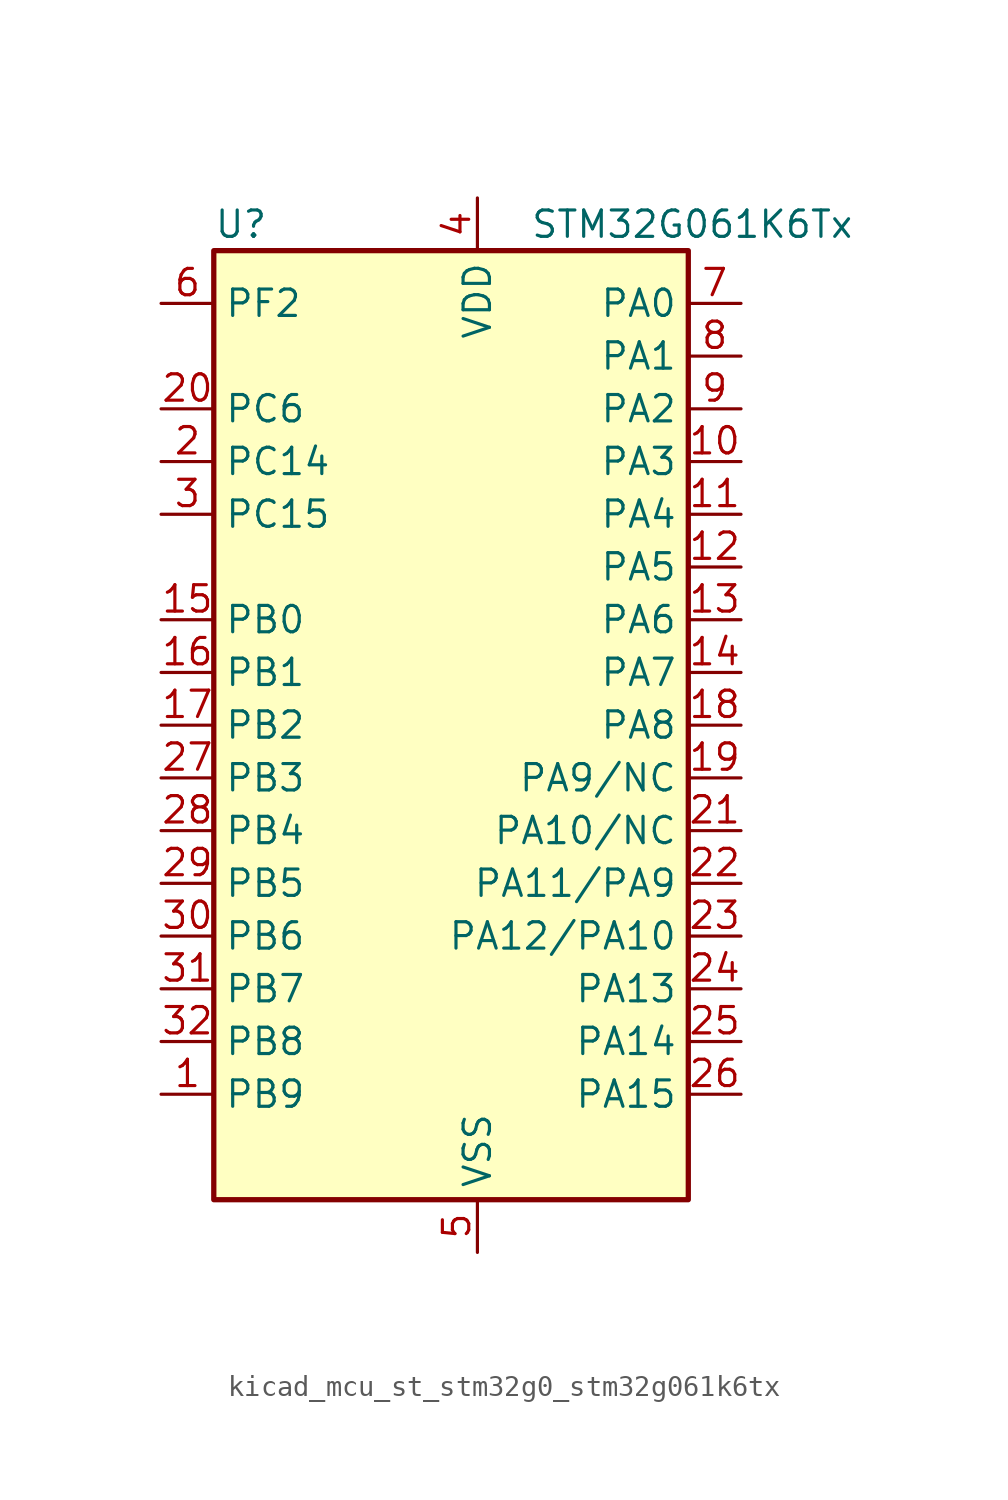
<source format=kicad_sym>
(kicad_symbol_lib
  (version 20220914)
  (generator kicad_symbol_editor)
  (symbol "kicad_mcu_st_stm32g0_stm32g061k6tx"
    (property "Reference" "U"
      (at -10.16 24.13 0)
      (effects (font (size 1.27 1.27)) (justify left)))
    (property "Value" "STM32G061K6Tx"
      (at 5.08 24.13 0)
      (effects (font (size 1.27 1.27)) (justify left)))
    (property "ki_locked" ""
      (at 0 0 0)
      (effects (font (size 1.27 1.27))))
    (symbol "kicad_mcu_st_stm32g0_stm32g061k6tx_0_1"
      (rectangle (start -10.16 -22.86) (end 12.7 22.86) (stroke (width 0.254) (type default)) (fill (type background))))
    (symbol "kicad_mcu_st_stm32g0_stm32g061k6tx_1_1"
      (pin bidirectional line (at -12.7 -17.78 0) (length 2.54) (name "PB9" (effects (font (size 1.27 1.27)))) (number "1" (effects (font (size 1.27 1.27)))) (alternate "DAC1_EXTI9" bidirectional line) (alternate "I2C1_SDA" bidirectional line) (alternate "IR_OUT" bidirectional line) (alternate "SPI2_NSS" bidirectional line) (alternate "TIM17_CH1" bidirectional line))
      (pin bidirectional line (at 15.24 12.7 180) (length 2.54) (name "PA3" (effects (font (size 1.27 1.27)))) (number "10" (effects (font (size 1.27 1.27)))) (alternate "ADC1_IN3" bidirectional line) (alternate "COMP2_INP" bidirectional line) (alternate "LPUART1_RX" bidirectional line) (alternate "SPI2_MISO" bidirectional line) (alternate "TIM15_CH2" bidirectional line) (alternate "TIM2_CH4" bidirectional line) (alternate "USART2_RX" bidirectional line))
      (pin bidirectional line (at 15.24 10.16 180) (length 2.54) (name "PA4" (effects (font (size 1.27 1.27)))) (number "11" (effects (font (size 1.27 1.27)))) (alternate "ADC1_IN4" bidirectional line) (alternate "DAC1_OUT1" bidirectional line) (alternate "I2S1_WS" bidirectional line) (alternate "LPTIM2_OUT" bidirectional line) (alternate "RTC_OUT1" bidirectional line) (alternate "RTC_TAMP_IN1" bidirectional line) (alternate "RTC_TS" bidirectional line) (alternate "SPI1_NSS" bidirectional line) (alternate "SPI2_MOSI" bidirectional line) (alternate "SYS_WKUP2" bidirectional line) (alternate "TIM14_CH1" bidirectional line))
      (pin bidirectional line (at 15.24 7.62 180) (length 2.54) (name "PA5" (effects (font (size 1.27 1.27)))) (number "12" (effects (font (size 1.27 1.27)))) (alternate "ADC1_IN5" bidirectional line) (alternate "DAC1_OUT2" bidirectional line) (alternate "I2S1_CK" bidirectional line) (alternate "LPTIM2_ETR" bidirectional line) (alternate "SPI1_SCK" bidirectional line) (alternate "TIM2_CH1" bidirectional line) (alternate "TIM2_ETR" bidirectional line))
      (pin bidirectional line (at 15.24 5.08 180) (length 2.54) (name "PA6" (effects (font (size 1.27 1.27)))) (number "13" (effects (font (size 1.27 1.27)))) (alternate "ADC1_IN6" bidirectional line) (alternate "COMP1_OUT" bidirectional line) (alternate "I2S1_MCK" bidirectional line) (alternate "LPUART1_CTS" bidirectional line) (alternate "SPI1_MISO" bidirectional line) (alternate "TIM16_CH1" bidirectional line) (alternate "TIM1_BK" bidirectional line) (alternate "TIM3_CH1" bidirectional line))
      (pin bidirectional line (at 15.24 2.54 180) (length 2.54) (name "PA7" (effects (font (size 1.27 1.27)))) (number "14" (effects (font (size 1.27 1.27)))) (alternate "ADC1_IN7" bidirectional line) (alternate "COMP2_OUT" bidirectional line) (alternate "I2S1_SD" bidirectional line) (alternate "SPI1_MOSI" bidirectional line) (alternate "TIM14_CH1" bidirectional line) (alternate "TIM17_CH1" bidirectional line) (alternate "TIM1_CH1N" bidirectional line) (alternate "TIM3_CH2" bidirectional line))
      (pin bidirectional line (at -12.7 5.08 0) (length 2.54) (name "PB0" (effects (font (size 1.27 1.27)))) (number "15" (effects (font (size 1.27 1.27)))) (alternate "ADC1_IN8" bidirectional line) (alternate "COMP1_OUT" bidirectional line) (alternate "I2S1_WS" bidirectional line) (alternate "LPTIM1_OUT" bidirectional line) (alternate "SPI1_NSS" bidirectional line) (alternate "TIM1_CH2N" bidirectional line) (alternate "TIM3_CH3" bidirectional line))
      (pin bidirectional line (at -12.7 2.54 0) (length 2.54) (name "PB1" (effects (font (size 1.27 1.27)))) (number "16" (effects (font (size 1.27 1.27)))) (alternate "ADC1_IN9" bidirectional line) (alternate "COMP1_INM" bidirectional line) (alternate "LPTIM2_IN1" bidirectional line) (alternate "LPUART1_DE" bidirectional line) (alternate "LPUART1_RTS" bidirectional line) (alternate "TIM14_CH1" bidirectional line) (alternate "TIM1_CH3N" bidirectional line) (alternate "TIM3_CH4" bidirectional line))
      (pin bidirectional line (at -12.7 0 0) (length 2.54) (name "PB2" (effects (font (size 1.27 1.27)))) (number "17" (effects (font (size 1.27 1.27)))) (alternate "ADC1_IN10" bidirectional line) (alternate "COMP1_INP" bidirectional line) (alternate "LPTIM1_OUT" bidirectional line) (alternate "SPI2_MISO" bidirectional line))
      (pin bidirectional line (at 15.24 0 180) (length 2.54) (name "PA8" (effects (font (size 1.27 1.27)))) (number "18" (effects (font (size 1.27 1.27)))) (alternate "LPTIM2_OUT" bidirectional line) (alternate "RCC_MCO" bidirectional line) (alternate "SPI2_NSS" bidirectional line) (alternate "TIM1_CH1" bidirectional line))
      (pin bidirectional line (at 15.24 -2.54 180) (length 2.54) (name "PA9/NC" (effects (font (size 1.27 1.27)))) (number "19" (effects (font (size 1.27 1.27)))) (alternate "DAC1_EXTI9" bidirectional line) (alternate "I2C1_SCL" bidirectional line) (alternate "RCC_MCO" bidirectional line) (alternate "SPI2_MISO" bidirectional line) (alternate "TIM15_BK" bidirectional line) (alternate "TIM1_CH2" bidirectional line) (alternate "USART1_TX" bidirectional line))
      (pin bidirectional line (at -12.7 12.7 0) (length 2.54) (name "PC14" (effects (font (size 1.27 1.27)))) (number "2" (effects (font (size 1.27 1.27)))) (alternate "RCC_OSC32_IN" bidirectional line) (alternate "RCC_OSC_IN" bidirectional line) (alternate "TIM1_BK2" bidirectional line))
      (pin bidirectional line (at -12.7 15.24 0) (length 2.54) (name "PC6" (effects (font (size 1.27 1.27)))) (number "20" (effects (font (size 1.27 1.27)))) (alternate "TIM2_CH3" bidirectional line) (alternate "TIM3_CH1" bidirectional line))
      (pin bidirectional line (at 15.24 -5.08 180) (length 2.54) (name "PA10/NC" (effects (font (size 1.27 1.27)))) (number "21" (effects (font (size 1.27 1.27)))) (alternate "I2C1_SDA" bidirectional line) (alternate "SPI2_MOSI" bidirectional line) (alternate "TIM17_BK" bidirectional line) (alternate "TIM1_CH3" bidirectional line) (alternate "USART1_RX" bidirectional line))
      (pin bidirectional line (at 15.24 -7.62 180) (length 2.54) (name "PA11/PA9" (effects (font (size 1.27 1.27)))) (number "22" (effects (font (size 1.27 1.27)))) (alternate "ADC1_EXTI11" bidirectional line) (alternate "ADC1_IN15" bidirectional line) (alternate "COMP1_OUT" bidirectional line) (alternate "I2C2_SCL" bidirectional line) (alternate "I2S1_MCK" bidirectional line) (alternate "SPI1_MISO" bidirectional line) (alternate "TIM1_BK2" bidirectional line) (alternate "TIM1_CH4" bidirectional line) (alternate "USART1_CTS" bidirectional line) (alternate "USART1_NSS" bidirectional line))
      (pin bidirectional line (at 15.24 -10.16 180) (length 2.54) (name "PA12/PA10" (effects (font (size 1.27 1.27)))) (number "23" (effects (font (size 1.27 1.27)))) (alternate "ADC1_IN16" bidirectional line) (alternate "COMP2_OUT" bidirectional line) (alternate "I2C2_SDA" bidirectional line) (alternate "I2S1_SD" bidirectional line) (alternate "I2S_CKIN" bidirectional line) (alternate "SPI1_MOSI" bidirectional line) (alternate "TIM1_ETR" bidirectional line) (alternate "USART1_CK" bidirectional line) (alternate "USART1_DE" bidirectional line) (alternate "USART1_RTS" bidirectional line))
      (pin bidirectional line (at 15.24 -12.7 180) (length 2.54) (name "PA13" (effects (font (size 1.27 1.27)))) (number "24" (effects (font (size 1.27 1.27)))) (alternate "ADC1_IN17" bidirectional line) (alternate "IR_OUT" bidirectional line) (alternate "SYS_SWDIO" bidirectional line))
      (pin bidirectional line (at 15.24 -15.24 180) (length 2.54) (name "PA14" (effects (font (size 1.27 1.27)))) (number "25" (effects (font (size 1.27 1.27)))) (alternate "ADC1_IN18" bidirectional line) (alternate "SYS_SWCLK" bidirectional line) (alternate "USART2_TX" bidirectional line))
      (pin bidirectional line (at 15.24 -17.78 180) (length 2.54) (name "PA15" (effects (font (size 1.27 1.27)))) (number "26" (effects (font (size 1.27 1.27)))) (alternate "I2S1_WS" bidirectional line) (alternate "SPI1_NSS" bidirectional line) (alternate "TIM2_CH1" bidirectional line) (alternate "TIM2_ETR" bidirectional line) (alternate "USART2_RX" bidirectional line))
      (pin bidirectional line (at -12.7 -2.54 0) (length 2.54) (name "PB3" (effects (font (size 1.27 1.27)))) (number "27" (effects (font (size 1.27 1.27)))) (alternate "COMP2_INM" bidirectional line) (alternate "I2S1_CK" bidirectional line) (alternate "SPI1_SCK" bidirectional line) (alternate "TIM1_CH2" bidirectional line) (alternate "TIM2_CH2" bidirectional line) (alternate "USART1_CK" bidirectional line) (alternate "USART1_DE" bidirectional line) (alternate "USART1_RTS" bidirectional line))
      (pin bidirectional line (at -12.7 -5.08 0) (length 2.54) (name "PB4" (effects (font (size 1.27 1.27)))) (number "28" (effects (font (size 1.27 1.27)))) (alternate "COMP2_INP" bidirectional line) (alternate "I2S1_MCK" bidirectional line) (alternate "SPI1_MISO" bidirectional line) (alternate "TIM17_BK" bidirectional line) (alternate "TIM3_CH1" bidirectional line) (alternate "USART1_CTS" bidirectional line) (alternate "USART1_NSS" bidirectional line))
      (pin bidirectional line (at -12.7 -7.62 0) (length 2.54) (name "PB5" (effects (font (size 1.27 1.27)))) (number "29" (effects (font (size 1.27 1.27)))) (alternate "COMP2_OUT" bidirectional line) (alternate "I2C1_SMBA" bidirectional line) (alternate "I2S1_SD" bidirectional line) (alternate "LPTIM1_IN1" bidirectional line) (alternate "SPI1_MOSI" bidirectional line) (alternate "SYS_WKUP6" bidirectional line) (alternate "TIM16_BK" bidirectional line) (alternate "TIM3_CH2" bidirectional line))
      (pin bidirectional line (at -12.7 10.16 0) (length 2.54) (name "PC15" (effects (font (size 1.27 1.27)))) (number "3" (effects (font (size 1.27 1.27)))) (alternate "RCC_OSC32_EN" bidirectional line) (alternate "RCC_OSC32_OUT" bidirectional line) (alternate "RCC_OSC_EN" bidirectional line) (alternate "TIM15_BK" bidirectional line))
      (pin bidirectional line (at -12.7 -10.16 0) (length 2.54) (name "PB6" (effects (font (size 1.27 1.27)))) (number "30" (effects (font (size 1.27 1.27)))) (alternate "COMP2_INP" bidirectional line) (alternate "I2C1_SCL" bidirectional line) (alternate "LPTIM1_ETR" bidirectional line) (alternate "SPI2_MISO" bidirectional line) (alternate "TIM16_CH1N" bidirectional line) (alternate "TIM1_CH3" bidirectional line) (alternate "USART1_TX" bidirectional line))
      (pin bidirectional line (at -12.7 -12.7 0) (length 2.54) (name "PB7" (effects (font (size 1.27 1.27)))) (number "31" (effects (font (size 1.27 1.27)))) (alternate "ADC1_IN11" bidirectional line) (alternate "COMP2_INM" bidirectional line) (alternate "I2C1_SDA" bidirectional line) (alternate "LPTIM1_IN2" bidirectional line) (alternate "SPI2_MOSI" bidirectional line) (alternate "SYS_PVD_IN" bidirectional line) (alternate "TIM17_CH1N" bidirectional line) (alternate "USART1_RX" bidirectional line))
      (pin bidirectional line (at -12.7 -15.24 0) (length 2.54) (name "PB8" (effects (font (size 1.27 1.27)))) (number "32" (effects (font (size 1.27 1.27)))) (alternate "I2C1_SCL" bidirectional line) (alternate "SPI2_SCK" bidirectional line) (alternate "TIM15_BK" bidirectional line) (alternate "TIM16_CH1" bidirectional line))
      (pin power_in line (at 2.54 25.4 270) (length 2.54) (name "VDD" (effects (font (size 1.27 1.27)))) (number "4" (effects (font (size 1.27 1.27)))))
      (pin power_in line (at 2.54 -25.4 90) (length 2.54) (name "VSS" (effects (font (size 1.27 1.27)))) (number "5" (effects (font (size 1.27 1.27)))))
      (pin bidirectional line (at -12.7 20.32 0) (length 2.54) (name "PF2" (effects (font (size 1.27 1.27)))) (number "6" (effects (font (size 1.27 1.27)))) (alternate "RCC_MCO" bidirectional line))
      (pin bidirectional line (at 15.24 20.32 180) (length 2.54) (name "PA0" (effects (font (size 1.27 1.27)))) (number "7" (effects (font (size 1.27 1.27)))) (alternate "ADC1_IN0" bidirectional line) (alternate "COMP1_INM" bidirectional line) (alternate "COMP1_OUT" bidirectional line) (alternate "LPTIM1_OUT" bidirectional line) (alternate "RTC_TAMP_IN2" bidirectional line) (alternate "SPI2_SCK" bidirectional line) (alternate "SYS_WKUP1" bidirectional line) (alternate "TIM2_CH1" bidirectional line) (alternate "TIM2_ETR" bidirectional line) (alternate "USART2_CTS" bidirectional line) (alternate "USART2_NSS" bidirectional line))
      (pin bidirectional line (at 15.24 17.78 180) (length 2.54) (name "PA1" (effects (font (size 1.27 1.27)))) (number "8" (effects (font (size 1.27 1.27)))) (alternate "ADC1_IN1" bidirectional line) (alternate "COMP1_INP" bidirectional line) (alternate "I2C1_SMBA" bidirectional line) (alternate "I2S1_CK" bidirectional line) (alternate "SPI1_SCK" bidirectional line) (alternate "TIM15_CH1N" bidirectional line) (alternate "TIM2_CH2" bidirectional line) (alternate "USART2_CK" bidirectional line) (alternate "USART2_DE" bidirectional line) (alternate "USART2_RTS" bidirectional line))
      (pin bidirectional line (at 15.24 15.24 180) (length 2.54) (name "PA2" (effects (font (size 1.27 1.27)))) (number "9" (effects (font (size 1.27 1.27)))) (alternate "ADC1_IN2" bidirectional line) (alternate "COMP2_INM" bidirectional line) (alternate "COMP2_OUT" bidirectional line) (alternate "I2S1_SD" bidirectional line) (alternate "LPUART1_TX" bidirectional line) (alternate "RCC_LSCO" bidirectional line) (alternate "SPI1_MOSI" bidirectional line) (alternate "SYS_WKUP4" bidirectional line) (alternate "TIM15_CH1" bidirectional line) (alternate "TIM2_CH3" bidirectional line) (alternate "USART2_TX" bidirectional line)))))
</source>
